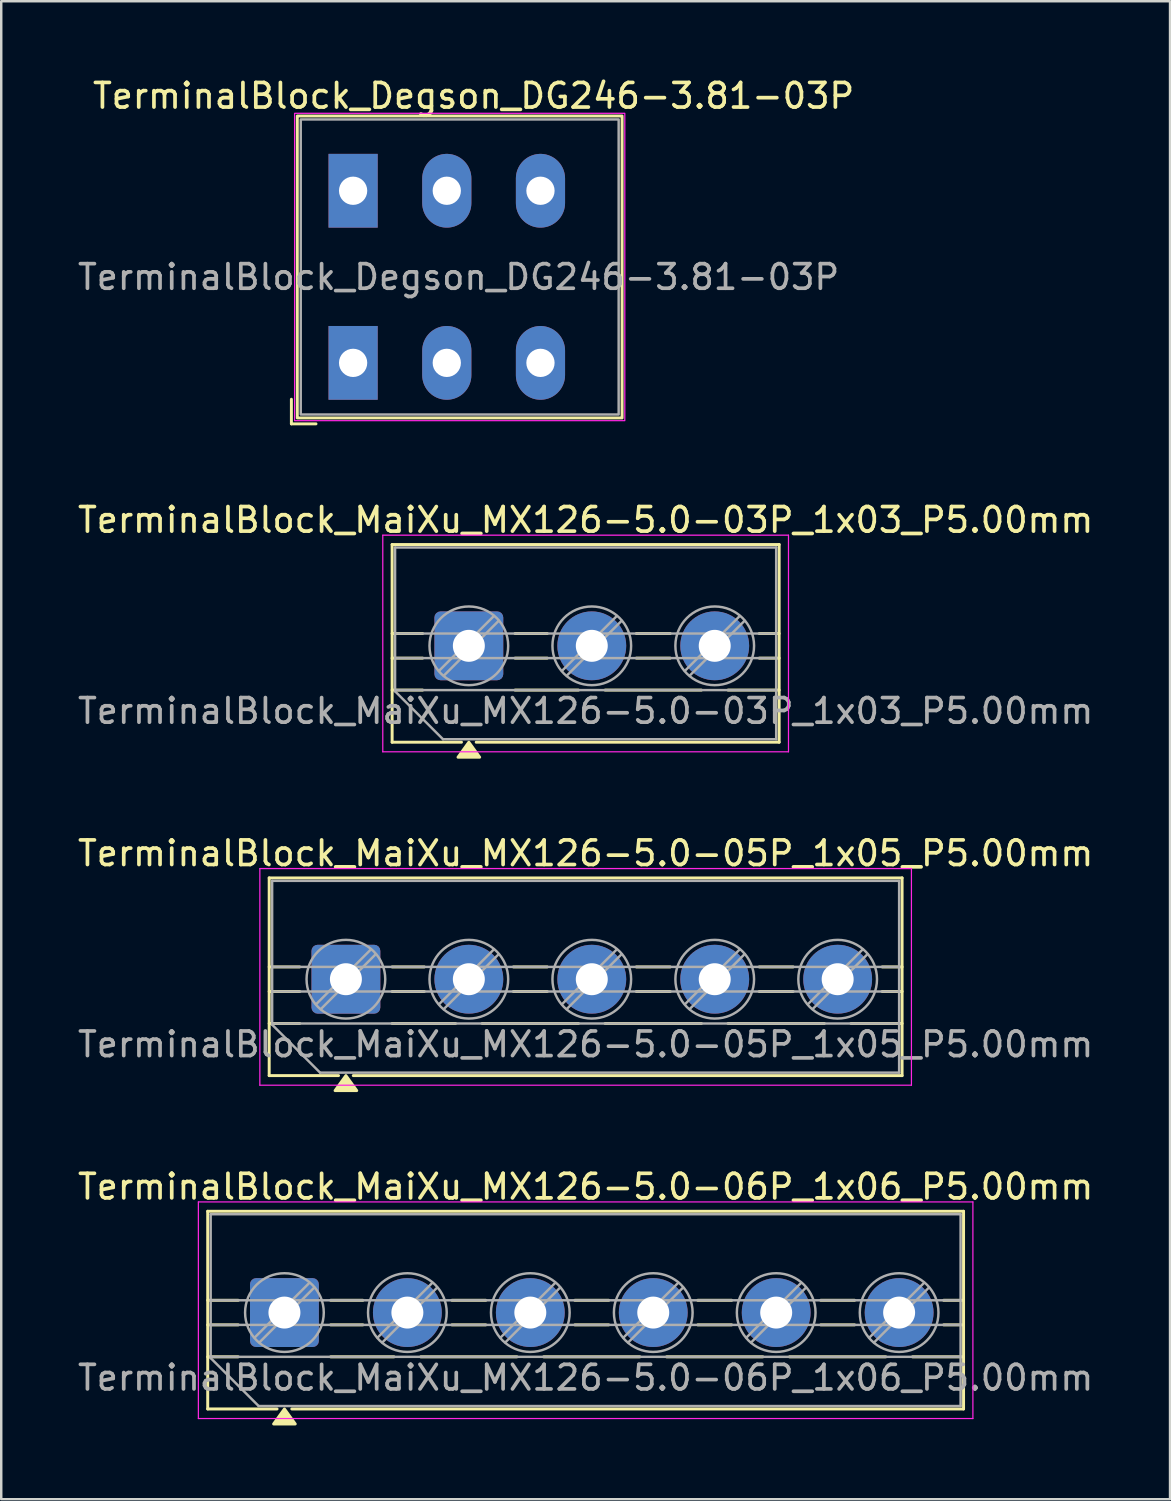
<source format=kicad_pcb>
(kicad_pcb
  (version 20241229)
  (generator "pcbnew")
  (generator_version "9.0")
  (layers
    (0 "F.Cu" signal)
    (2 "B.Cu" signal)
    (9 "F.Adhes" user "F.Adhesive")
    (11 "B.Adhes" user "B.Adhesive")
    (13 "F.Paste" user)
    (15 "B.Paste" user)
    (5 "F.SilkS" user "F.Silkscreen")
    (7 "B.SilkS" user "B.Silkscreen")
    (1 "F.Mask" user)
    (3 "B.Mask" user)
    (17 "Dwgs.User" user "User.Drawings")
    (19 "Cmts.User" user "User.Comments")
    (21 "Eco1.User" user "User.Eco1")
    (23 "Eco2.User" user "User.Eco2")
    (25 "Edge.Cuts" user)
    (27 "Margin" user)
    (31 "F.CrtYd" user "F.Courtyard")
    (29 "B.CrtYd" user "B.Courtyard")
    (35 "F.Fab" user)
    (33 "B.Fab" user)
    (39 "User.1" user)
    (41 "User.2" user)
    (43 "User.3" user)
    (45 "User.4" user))
  (footprint "TerminalBlock_MaiXu_MX126-5.0-06P_1x06_P5.00mm"
    (layer "F.Cu")
    (at 8.518 50.333)
    (property "Reference" "TerminalBlock_MaiXu_MX126-5.0-06P_1x06_P5.00mm" (at 12.25 -5.12 0) (layer "F.SilkS") (effects (font (size 1 1) (thickness 0.15))))
    (attr through_hole)
    (fp_line (start -3.12 -4.12) (end -3.12 3.92) (stroke (width 0.12) (type solid)) (layer "F.SilkS"))
    (fp_line (start -3.12 -4.12) (end 27.62 -4.12) (stroke (width 0.12) (type solid)) (layer "F.SilkS"))
    (fp_line (start -3.12 -0.5) (end -1.88 -0.5) (stroke (width 0.12) (type solid)) (layer "F.SilkS"))
    (fp_line (start -3.12 0.5) (end -1.88 0.5) (stroke (width 0.12) (type solid)) (layer "F.SilkS"))
    (fp_line (start -3.12 1.8) (end -1.88 1.8) (stroke (width 0.12) (type solid)) (layer "F.SilkS"))
    (fp_line (start -3.12 3.92) (end -0.3 3.92) (stroke (width 0.12) (type solid)) (layer "F.SilkS"))
    (fp_line (start 0.3 3.92) (end 27.62 3.92) (stroke (width 0.12) (type solid)) (layer "F.SilkS"))
    (fp_line (start 1.88 -0.5) (end 3.188 -0.5) (stroke (width 0.12) (type solid)) (layer "F.SilkS"))
    (fp_line (start 1.88 0.5) (end 3.188 0.5) (stroke (width 0.12) (type solid)) (layer "F.SilkS"))
    (fp_line (start 1.88 1.8) (end 4.457 1.8) (stroke (width 0.12) (type solid)) (layer "F.SilkS"))
    (fp_line (start 5.543 1.8) (end 9.457 1.8) (stroke (width 0.12) (type solid)) (layer "F.SilkS"))
    (fp_line (start 6.812 -0.5) (end 8.188 -0.5) (stroke (width 0.12) (type solid)) (layer "F.SilkS"))
    (fp_line (start 6.812 0.5) (end 8.188 0.5) (stroke (width 0.12) (type solid)) (layer "F.SilkS"))
    (fp_line (start 10.543 1.8) (end 14.457 1.8) (stroke (width 0.12) (type solid)) (layer "F.SilkS"))
    (fp_line (start 11.812 -0.5) (end 13.188 -0.5) (stroke (width 0.12) (type solid)) (layer "F.SilkS"))
    (fp_line (start 11.812 0.5) (end 13.188 0.5) (stroke (width 0.12) (type solid)) (layer "F.SilkS"))
    (fp_line (start 15.543 1.8) (end 19.457 1.8) (stroke (width 0.12) (type solid)) (layer "F.SilkS"))
    (fp_line (start 16.812 -0.5) (end 18.188 -0.5) (stroke (width 0.12) (type solid)) (layer "F.SilkS"))
    (fp_line (start 16.812 0.5) (end 18.188 0.5) (stroke (width 0.12) (type solid)) (layer "F.SilkS"))
    (fp_line (start 20.543 1.8) (end 24.457 1.8) (stroke (width 0.12) (type solid)) (layer "F.SilkS"))
    (fp_line (start 21.812 -0.5) (end 23.188 -0.5) (stroke (width 0.12) (type solid)) (layer "F.SilkS"))
    (fp_line (start 21.812 0.5) (end 23.188 0.5) (stroke (width 0.12) (type solid)) (layer "F.SilkS"))
    (fp_line (start 25.543 1.8) (end 27.62 1.8) (stroke (width 0.12) (type solid)) (layer "F.SilkS"))
    (fp_line (start 26.812 -0.5) (end 27.62 -0.5) (stroke (width 0.12) (type solid)) (layer "F.SilkS"))
    (fp_line (start 26.812 0.5) (end 27.62 0.5) (stroke (width 0.12) (type solid)) (layer "F.SilkS"))
    (fp_line (start 27.62 -4.12) (end 27.62 3.92) (stroke (width 0.12) (type solid)) (layer "F.SilkS"))
    (fp_poly (pts (xy 0 3.92) (xy 0.44 4.53) (xy -0.44 4.53)) (stroke (width 0.12) (type solid)) (fill yes) (layer "F.SilkS"))
    (fp_line (start -3.5 -4.5) (end -3.5 4.31) (stroke (width 0.05) (type solid)) (layer "F.CrtYd"))
    (fp_line (start -3.5 4.31) (end 28 4.31) (stroke (width 0.05) (type solid)) (layer "F.CrtYd"))
    (fp_line (start 28 -4.5) (end -3.5 -4.5) (stroke (width 0.05) (type solid)) (layer "F.CrtYd"))
    (fp_line (start 28 4.31) (end 28 -4.5) (stroke (width 0.05) (type solid)) (layer "F.CrtYd"))
    (fp_line (start -3 -4) (end 27.5 -4) (stroke (width 0.1) (type solid)) (layer "F.Fab"))
    (fp_line (start -3 -0.5) (end 27.5 -0.5) (stroke (width 0.1) (type solid)) (layer "F.Fab"))
    (fp_line (start -3 0.5) (end 27.5 0.5) (stroke (width 0.1) (type solid)) (layer "F.Fab"))
    (fp_line (start -3 1.8) (end 27.5 1.8) (stroke (width 0.1) (type solid)) (layer "F.Fab"))
    (fp_line (start -3 1.85) (end -3 -4) (stroke (width 0.1) (type solid)) (layer "F.Fab"))
    (fp_line (start -1.05 3.8) (end -3 1.85) (stroke (width 0.1) (type solid)) (layer "F.Fab"))
    (fp_line (start 1.018 -1.213) (end -1.213 1.018) (stroke (width 0.1) (type solid)) (layer "F.Fab"))
    (fp_line (start 1.213 -1.018) (end -1.018 1.213) (stroke (width 0.1) (type solid)) (layer "F.Fab"))
    (fp_line (start 6.018 -1.213) (end 3.787 1.018) (stroke (width 0.1) (type solid)) (layer "F.Fab"))
    (fp_line (start 6.213 -1.018) (end 3.982 1.213) (stroke (width 0.1) (type solid)) (layer "F.Fab"))
    (fp_line (start 11.018 -1.213) (end 8.787 1.018) (stroke (width 0.1) (type solid)) (layer "F.Fab"))
    (fp_line (start 11.213 -1.018) (end 8.982 1.213) (stroke (width 0.1) (type solid)) (layer "F.Fab"))
    (fp_line (start 16.018 -1.213) (end 13.787 1.018) (stroke (width 0.1) (type solid)) (layer "F.Fab"))
    (fp_line (start 16.213 -1.018) (end 13.982 1.213) (stroke (width 0.1) (type solid)) (layer "F.Fab"))
    (fp_line (start 21.018 -1.213) (end 18.787 1.018) (stroke (width 0.1) (type solid)) (layer "F.Fab"))
    (fp_line (start 21.213 -1.018) (end 18.982 1.213) (stroke (width 0.1) (type solid)) (layer "F.Fab"))
    (fp_line (start 26.018 -1.213) (end 23.787 1.018) (stroke (width 0.1) (type solid)) (layer "F.Fab"))
    (fp_line (start 26.213 -1.018) (end 23.982 1.213) (stroke (width 0.1) (type solid)) (layer "F.Fab"))
    (fp_line (start 27.5 -4) (end 27.5 3.8) (stroke (width 0.1) (type solid)) (layer "F.Fab"))
    (fp_line (start 27.5 3.8) (end -1.05 3.8) (stroke (width 0.1) (type solid)) (layer "F.Fab"))
    (fp_circle (center 0 0) (end 1.6 0) (stroke (width 0.1) (type solid)) (fill no) (layer "F.Fab"))
    (fp_circle (center 5 0) (end 6.6 0) (stroke (width 0.1) (type solid)) (fill no) (layer "F.Fab"))
    (fp_circle (center 10 0) (end 11.6 0) (stroke (width 0.1) (type solid)) (fill no) (layer "F.Fab"))
    (fp_circle (center 15 0) (end 16.6 0) (stroke (width 0.1) (type solid)) (fill no) (layer "F.Fab"))
    (fp_circle (center 20 0) (end 21.6 0) (stroke (width 0.1) (type solid)) (fill no) (layer "F.Fab"))
    (fp_circle (center 25 0) (end 26.6 0) (stroke (width 0.1) (type solid)) (fill no) (layer "F.Fab"))
    (fp_text user "${REFERENCE}" (at 12.25 2.65 0) (layer "F.Fab") (effects (font (size 1 1) (thickness 0.15))))
    (pad "1" thru_hole roundrect (at 0 0) (size 2.8 2.8) (drill 1.3) (layers "*.Cu" "*.Mask") (roundrect_rratio 0.089))
    (pad "2" thru_hole circle (at 5 0) (size 2.8 2.8) (drill 1.3) (layers "*.Cu" "*.Mask"))
    (pad "3" thru_hole circle (at 10 0) (size 2.8 2.8) (drill 1.3) (layers "*.Cu" "*.Mask"))
    (pad "4" thru_hole circle (at 15 0) (size 2.8 2.8) (drill 1.3) (layers "*.Cu" "*.Mask"))
    (pad "5" thru_hole circle (at 20 0) (size 2.8 2.8) (drill 1.3) (layers "*.Cu" "*.Mask"))
    (pad "6" thru_hole circle (at 25 0) (size 2.8 2.8) (drill 1.3) (layers "*.Cu" "*.Mask")))
  (footprint "TerminalBlock_MaiXu_MX126-5.0-05P_1x05_P5.00mm"
    (layer "F.Cu")
    (at 11.018 36.775)
    (property "Reference" "TerminalBlock_MaiXu_MX126-5.0-05P_1x05_P5.00mm" (at 9.75 -5.12 0) (layer "F.SilkS") (effects (font (size 1 1) (thickness 0.15))))
    (attr through_hole)
    (fp_line (start -3.12 -4.12) (end -3.12 3.92) (stroke (width 0.12) (type solid)) (layer "F.SilkS"))
    (fp_line (start -3.12 -4.12) (end 22.62 -4.12) (stroke (width 0.12) (type solid)) (layer "F.SilkS"))
    (fp_line (start -3.12 -0.5) (end -1.88 -0.5) (stroke (width 0.12) (type solid)) (layer "F.SilkS"))
    (fp_line (start -3.12 0.5) (end -1.88 0.5) (stroke (width 0.12) (type solid)) (layer "F.SilkS"))
    (fp_line (start -3.12 1.8) (end -1.88 1.8) (stroke (width 0.12) (type solid)) (layer "F.SilkS"))
    (fp_line (start -3.12 3.92) (end -0.3 3.92) (stroke (width 0.12) (type solid)) (layer "F.SilkS"))
    (fp_line (start 0.3 3.92) (end 22.62 3.92) (stroke (width 0.12) (type solid)) (layer "F.SilkS"))
    (fp_line (start 1.88 -0.5) (end 3.188 -0.5) (stroke (width 0.12) (type solid)) (layer "F.SilkS"))
    (fp_line (start 1.88 0.5) (end 3.188 0.5) (stroke (width 0.12) (type solid)) (layer "F.SilkS"))
    (fp_line (start 1.88 1.8) (end 4.457 1.8) (stroke (width 0.12) (type solid)) (layer "F.SilkS"))
    (fp_line (start 5.543 1.8) (end 9.457 1.8) (stroke (width 0.12) (type solid)) (layer "F.SilkS"))
    (fp_line (start 6.812 -0.5) (end 8.188 -0.5) (stroke (width 0.12) (type solid)) (layer "F.SilkS"))
    (fp_line (start 6.812 0.5) (end 8.188 0.5) (stroke (width 0.12) (type solid)) (layer "F.SilkS"))
    (fp_line (start 10.543 1.8) (end 14.457 1.8) (stroke (width 0.12) (type solid)) (layer "F.SilkS"))
    (fp_line (start 11.812 -0.5) (end 13.188 -0.5) (stroke (width 0.12) (type solid)) (layer "F.SilkS"))
    (fp_line (start 11.812 0.5) (end 13.188 0.5) (stroke (width 0.12) (type solid)) (layer "F.SilkS"))
    (fp_line (start 15.543 1.8) (end 19.457 1.8) (stroke (width 0.12) (type solid)) (layer "F.SilkS"))
    (fp_line (start 16.812 -0.5) (end 18.188 -0.5) (stroke (width 0.12) (type solid)) (layer "F.SilkS"))
    (fp_line (start 16.812 0.5) (end 18.188 0.5) (stroke (width 0.12) (type solid)) (layer "F.SilkS"))
    (fp_line (start 20.543 1.8) (end 22.62 1.8) (stroke (width 0.12) (type solid)) (layer "F.SilkS"))
    (fp_line (start 21.812 -0.5) (end 22.62 -0.5) (stroke (width 0.12) (type solid)) (layer "F.SilkS"))
    (fp_line (start 21.812 0.5) (end 22.62 0.5) (stroke (width 0.12) (type solid)) (layer "F.SilkS"))
    (fp_line (start 22.62 -4.12) (end 22.62 3.92) (stroke (width 0.12) (type solid)) (layer "F.SilkS"))
    (fp_poly (pts (xy 0 3.92) (xy 0.44 4.53) (xy -0.44 4.53)) (stroke (width 0.12) (type solid)) (fill yes) (layer "F.SilkS"))
    (fp_line (start -3.5 -4.5) (end -3.5 4.31) (stroke (width 0.05) (type solid)) (layer "F.CrtYd"))
    (fp_line (start -3.5 4.31) (end 23 4.31) (stroke (width 0.05) (type solid)) (layer "F.CrtYd"))
    (fp_line (start 23 -4.5) (end -3.5 -4.5) (stroke (width 0.05) (type solid)) (layer "F.CrtYd"))
    (fp_line (start 23 4.31) (end 23 -4.5) (stroke (width 0.05) (type solid)) (layer "F.CrtYd"))
    (fp_line (start -3 -4) (end 22.5 -4) (stroke (width 0.1) (type solid)) (layer "F.Fab"))
    (fp_line (start -3 -0.5) (end 22.5 -0.5) (stroke (width 0.1) (type solid)) (layer "F.Fab"))
    (fp_line (start -3 0.5) (end 22.5 0.5) (stroke (width 0.1) (type solid)) (layer "F.Fab"))
    (fp_line (start -3 1.8) (end 22.5 1.8) (stroke (width 0.1) (type solid)) (layer "F.Fab"))
    (fp_line (start -3 1.85) (end -3 -4) (stroke (width 0.1) (type solid)) (layer "F.Fab"))
    (fp_line (start -1.05 3.8) (end -3 1.85) (stroke (width 0.1) (type solid)) (layer "F.Fab"))
    (fp_line (start 1.018 -1.213) (end -1.213 1.018) (stroke (width 0.1) (type solid)) (layer "F.Fab"))
    (fp_line (start 1.213 -1.018) (end -1.018 1.213) (stroke (width 0.1) (type solid)) (layer "F.Fab"))
    (fp_line (start 6.018 -1.213) (end 3.787 1.018) (stroke (width 0.1) (type solid)) (layer "F.Fab"))
    (fp_line (start 6.213 -1.018) (end 3.982 1.213) (stroke (width 0.1) (type solid)) (layer "F.Fab"))
    (fp_line (start 11.018 -1.213) (end 8.787 1.018) (stroke (width 0.1) (type solid)) (layer "F.Fab"))
    (fp_line (start 11.213 -1.018) (end 8.982 1.213) (stroke (width 0.1) (type solid)) (layer "F.Fab"))
    (fp_line (start 16.018 -1.213) (end 13.787 1.018) (stroke (width 0.1) (type solid)) (layer "F.Fab"))
    (fp_line (start 16.213 -1.018) (end 13.982 1.213) (stroke (width 0.1) (type solid)) (layer "F.Fab"))
    (fp_line (start 21.018 -1.213) (end 18.787 1.018) (stroke (width 0.1) (type solid)) (layer "F.Fab"))
    (fp_line (start 21.213 -1.018) (end 18.982 1.213) (stroke (width 0.1) (type solid)) (layer "F.Fab"))
    (fp_line (start 22.5 -4) (end 22.5 3.8) (stroke (width 0.1) (type solid)) (layer "F.Fab"))
    (fp_line (start 22.5 3.8) (end -1.05 3.8) (stroke (width 0.1) (type solid)) (layer "F.Fab"))
    (fp_circle (center 0 0) (end 1.6 0) (stroke (width 0.1) (type solid)) (fill no) (layer "F.Fab"))
    (fp_circle (center 5 0) (end 6.6 0) (stroke (width 0.1) (type solid)) (fill no) (layer "F.Fab"))
    (fp_circle (center 10 0) (end 11.6 0) (stroke (width 0.1) (type solid)) (fill no) (layer "F.Fab"))
    (fp_circle (center 15 0) (end 16.6 0) (stroke (width 0.1) (type solid)) (fill no) (layer "F.Fab"))
    (fp_circle (center 20 0) (end 21.6 0) (stroke (width 0.1) (type solid)) (fill no) (layer "F.Fab"))
    (fp_text user "${REFERENCE}" (at 9.75 2.65 0) (layer "F.Fab") (effects (font (size 1 1) (thickness 0.15))))
    (pad "1" thru_hole roundrect (at 0 0) (size 2.8 2.8) (drill 1.3) (layers "*.Cu" "*.Mask") (roundrect_rratio 0.089))
    (pad "2" thru_hole circle (at 5 0) (size 2.8 2.8) (drill 1.3) (layers "*.Cu" "*.Mask"))
    (pad "3" thru_hole circle (at 10 0) (size 2.8 2.8) (drill 1.3) (layers "*.Cu" "*.Mask"))
    (pad "4" thru_hole circle (at 15 0) (size 2.8 2.8) (drill 1.3) (layers "*.Cu" "*.Mask"))
    (pad "5" thru_hole circle (at 20 0) (size 2.8 2.8) (drill 1.3) (layers "*.Cu" "*.Mask")))
  (footprint "TerminalBlock_MaiXu_MX126-5.0-03P_1x03_P5.00mm"
    (layer "F.Cu")
    (at 16.018 23.216)
    (property "Reference" "TerminalBlock_MaiXu_MX126-5.0-03P_1x03_P5.00mm" (at 4.75 -5.12 0) (layer "F.SilkS") (effects (font (size 1 1) (thickness 0.15))))
    (attr through_hole)
    (fp_line (start -3.12 -4.12) (end -3.12 3.92) (stroke (width 0.12) (type solid)) (layer "F.SilkS"))
    (fp_line (start -3.12 -4.12) (end 12.62 -4.12) (stroke (width 0.12) (type solid)) (layer "F.SilkS"))
    (fp_line (start -3.12 -0.5) (end -1.88 -0.5) (stroke (width 0.12) (type solid)) (layer "F.SilkS"))
    (fp_line (start -3.12 0.5) (end -1.88 0.5) (stroke (width 0.12) (type solid)) (layer "F.SilkS"))
    (fp_line (start -3.12 1.8) (end -1.88 1.8) (stroke (width 0.12) (type solid)) (layer "F.SilkS"))
    (fp_line (start -3.12 3.92) (end -0.3 3.92) (stroke (width 0.12) (type solid)) (layer "F.SilkS"))
    (fp_line (start 0.3 3.92) (end 12.62 3.92) (stroke (width 0.12) (type solid)) (layer "F.SilkS"))
    (fp_line (start 1.88 -0.5) (end 3.188 -0.5) (stroke (width 0.12) (type solid)) (layer "F.SilkS"))
    (fp_line (start 1.88 0.5) (end 3.188 0.5) (stroke (width 0.12) (type solid)) (layer "F.SilkS"))
    (fp_line (start 1.88 1.8) (end 4.457 1.8) (stroke (width 0.12) (type solid)) (layer "F.SilkS"))
    (fp_line (start 5.543 1.8) (end 9.457 1.8) (stroke (width 0.12) (type solid)) (layer "F.SilkS"))
    (fp_line (start 6.812 -0.5) (end 8.188 -0.5) (stroke (width 0.12) (type solid)) (layer "F.SilkS"))
    (fp_line (start 6.812 0.5) (end 8.188 0.5) (stroke (width 0.12) (type solid)) (layer "F.SilkS"))
    (fp_line (start 10.543 1.8) (end 12.62 1.8) (stroke (width 0.12) (type solid)) (layer "F.SilkS"))
    (fp_line (start 11.812 -0.5) (end 12.62 -0.5) (stroke (width 0.12) (type solid)) (layer "F.SilkS"))
    (fp_line (start 11.812 0.5) (end 12.62 0.5) (stroke (width 0.12) (type solid)) (layer "F.SilkS"))
    (fp_line (start 12.62 -4.12) (end 12.62 3.92) (stroke (width 0.12) (type solid)) (layer "F.SilkS"))
    (fp_poly (pts (xy 0 3.92) (xy 0.44 4.53) (xy -0.44 4.53)) (stroke (width 0.12) (type solid)) (fill yes) (layer "F.SilkS"))
    (fp_line (start -3.5 -4.5) (end -3.5 4.31) (stroke (width 0.05) (type solid)) (layer "F.CrtYd"))
    (fp_line (start -3.5 4.31) (end 13 4.31) (stroke (width 0.05) (type solid)) (layer "F.CrtYd"))
    (fp_line (start 13 -4.5) (end -3.5 -4.5) (stroke (width 0.05) (type solid)) (layer "F.CrtYd"))
    (fp_line (start 13 4.31) (end 13 -4.5) (stroke (width 0.05) (type solid)) (layer "F.CrtYd"))
    (fp_line (start -3 -4) (end 12.5 -4) (stroke (width 0.1) (type solid)) (layer "F.Fab"))
    (fp_line (start -3 -0.5) (end 12.5 -0.5) (stroke (width 0.1) (type solid)) (layer "F.Fab"))
    (fp_line (start -3 0.5) (end 12.5 0.5) (stroke (width 0.1) (type solid)) (layer "F.Fab"))
    (fp_line (start -3 1.8) (end 12.5 1.8) (stroke (width 0.1) (type solid)) (layer "F.Fab"))
    (fp_line (start -3 1.85) (end -3 -4) (stroke (width 0.1) (type solid)) (layer "F.Fab"))
    (fp_line (start -1.05 3.8) (end -3 1.85) (stroke (width 0.1) (type solid)) (layer "F.Fab"))
    (fp_line (start 1.018 -1.213) (end -1.213 1.018) (stroke (width 0.1) (type solid)) (layer "F.Fab"))
    (fp_line (start 1.213 -1.018) (end -1.018 1.213) (stroke (width 0.1) (type solid)) (layer "F.Fab"))
    (fp_line (start 6.018 -1.213) (end 3.787 1.018) (stroke (width 0.1) (type solid)) (layer "F.Fab"))
    (fp_line (start 6.213 -1.018) (end 3.982 1.213) (stroke (width 0.1) (type solid)) (layer "F.Fab"))
    (fp_line (start 11.018 -1.213) (end 8.787 1.018) (stroke (width 0.1) (type solid)) (layer "F.Fab"))
    (fp_line (start 11.213 -1.018) (end 8.982 1.213) (stroke (width 0.1) (type solid)) (layer "F.Fab"))
    (fp_line (start 12.5 -4) (end 12.5 3.8) (stroke (width 0.1) (type solid)) (layer "F.Fab"))
    (fp_line (start 12.5 3.8) (end -1.05 3.8) (stroke (width 0.1) (type solid)) (layer "F.Fab"))
    (fp_circle (center 0 0) (end 1.6 0) (stroke (width 0.1) (type solid)) (fill no) (layer "F.Fab"))
    (fp_circle (center 5 0) (end 6.6 0) (stroke (width 0.1) (type solid)) (fill no) (layer "F.Fab"))
    (fp_circle (center 10 0) (end 11.6 0) (stroke (width 0.1) (type solid)) (fill no) (layer "F.Fab"))
    (fp_text user "${REFERENCE}" (at 4.75 2.65 0) (layer "F.Fab") (effects (font (size 1 1) (thickness 0.15))))
    (pad "1" thru_hole roundrect (at 0 0) (size 2.8 2.8) (drill 1.3) (layers "*.Cu" "*.Mask") (roundrect_rratio 0.089))
    (pad "2" thru_hole circle (at 5 0) (size 2.8 2.8) (drill 1.3) (layers "*.Cu" "*.Mask"))
    (pad "3" thru_hole circle (at 10 0) (size 2.8 2.8) (drill 1.3) (layers "*.Cu" "*.Mask")))
  (footprint "TerminalBlock_Degson_DG246-3.81-03P"
    (layer "F.Cu")
    (at 11.311 4.708)
    (property "Reference" "TerminalBlock_Degson_DG246-3.81-03P" (at 4.9 -3.86 0) (layer "F.SilkS") (effects (font (size 1 1) (thickness 0.15))))
    (attr through_hole)
    (fp_line (start -2.51 8.48) (end -2.51 9.48) (stroke (width 0.12) (type solid)) (layer "F.SilkS"))
    (fp_line (start -2.51 9.48) (end -1.51 9.48) (stroke (width 0.12) (type solid)) (layer "F.SilkS"))
    (fp_rect (start -2.27 -3.04) (end 10.94 9.24) (stroke (width 0.12) (type default)) (fill no) (layer "F.SilkS"))
    (fp_rect (start -2.38 -3.15) (end 11.05 9.35) (stroke (width 0.05) (type default)) (fill no) (layer "F.CrtYd"))
    (fp_rect (start -2.13 -2.9) (end 10.8 9.1) (stroke (width 0.1) (type default)) (fill no) (layer "F.Fab"))
    (fp_text user "${REFERENCE}" (at 4.29 3.51 0) (layer "F.Fab") (effects (font (size 1 1) (thickness 0.15))))
    (pad "1" thru_hole rect (at 0 0) (size 2 3) (drill 1.15) (layers "*.Cu" "*.Mask"))
    (pad "1" thru_hole rect (at 0 7) (size 2 3) (drill 1.15) (layers "*.Cu" "*.Mask"))
    (pad "2" thru_hole oval (at 3.81 0) (size 2 3) (drill 1.15) (layers "*.Cu" "*.Mask"))
    (pad "2" thru_hole oval (at 3.81 7) (size 2 3) (drill 1.15) (layers "*.Cu" "*.Mask"))
    (pad "3" thru_hole oval (at 7.62 0) (size 2 3) (drill 1.15) (layers "*.Cu" "*.Mask"))
    (pad "3" thru_hole oval (at 7.62 7) (size 2 3) (drill 1.15) (layers "*.Cu" "*.Mask")))
  (gr_rect
    (start -3 -3)
    (end 44.536 57.923)
    (stroke (width 0.1) (type default))
    (fill no)
    (layer "Edge.Cuts")))
</source>
